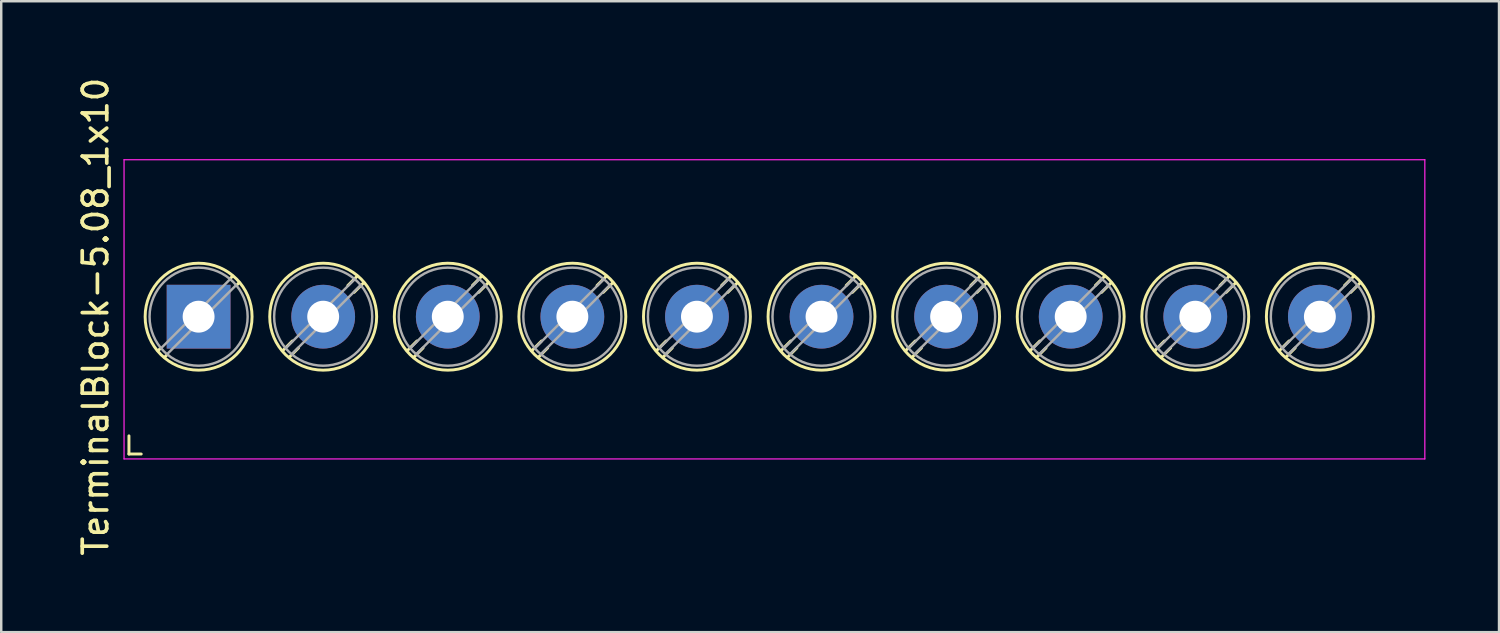
<source format=kicad_pcb>
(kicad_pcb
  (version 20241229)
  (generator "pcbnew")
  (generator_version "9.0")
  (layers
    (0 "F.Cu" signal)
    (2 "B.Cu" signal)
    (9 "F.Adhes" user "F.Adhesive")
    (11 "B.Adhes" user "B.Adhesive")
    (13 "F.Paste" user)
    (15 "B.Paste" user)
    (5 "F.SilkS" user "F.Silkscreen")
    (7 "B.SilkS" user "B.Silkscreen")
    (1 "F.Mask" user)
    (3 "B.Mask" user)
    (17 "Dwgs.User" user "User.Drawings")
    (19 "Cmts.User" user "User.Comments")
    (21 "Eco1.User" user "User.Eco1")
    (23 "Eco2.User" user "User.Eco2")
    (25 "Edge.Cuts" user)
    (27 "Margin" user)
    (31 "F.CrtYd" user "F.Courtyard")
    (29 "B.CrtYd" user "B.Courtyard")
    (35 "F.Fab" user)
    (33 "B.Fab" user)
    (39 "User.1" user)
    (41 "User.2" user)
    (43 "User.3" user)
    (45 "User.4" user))
  (footprint "TerminalBlock-5.08_1x10"
    (layer "F.Cu")
    (at 5.048 9.863)
    (property "Reference" "TerminalBlock-5.08_1x10" (at -4.2 0 90) (layer "F.SilkS") (effects (font (size 1 1) (thickness 0.15))))
    (attr through_hole)
    (fp_line (start -2.84 4.86) (end -2.84 5.6) (stroke (width 0.12) (type solid)) (layer "F.SilkS"))
    (fp_line (start -2.84 5.6) (end -2.34 5.6) (stroke (width 0.12) (type solid)) (layer "F.SilkS"))
    (fp_line (start -1.548 1.281) (end -1.654 1.388) (stroke (width 0.12) (type solid)) (layer "F.SilkS"))
    (fp_line (start -1.282 1.547) (end -1.388 1.654) (stroke (width 0.12) (type solid)) (layer "F.SilkS"))
    (fp_line (start 1.388 -1.654) (end 1.281 -1.547) (stroke (width 0.12) (type solid)) (layer "F.SilkS"))
    (fp_line (start 1.654 -1.388) (end 1.547 -1.281) (stroke (width 0.12) (type solid)) (layer "F.SilkS"))
    (fp_line (start 3.822 0.992) (end 3.427 1.388) (stroke (width 0.12) (type solid)) (layer "F.SilkS"))
    (fp_line (start 4.073 1.274) (end 3.693 1.654) (stroke (width 0.12) (type solid)) (layer "F.SilkS"))
    (fp_line (start 6.468 -1.654) (end 6.088 -1.274) (stroke (width 0.12) (type solid)) (layer "F.SilkS"))
    (fp_line (start 6.734 -1.388) (end 6.339 -0.992) (stroke (width 0.12) (type solid)) (layer "F.SilkS"))
    (fp_line (start 8.902 0.992) (end 8.507 1.388) (stroke (width 0.12) (type solid)) (layer "F.SilkS"))
    (fp_line (start 9.153 1.274) (end 8.773 1.654) (stroke (width 0.12) (type solid)) (layer "F.SilkS"))
    (fp_line (start 11.548 -1.654) (end 11.168 -1.274) (stroke (width 0.12) (type solid)) (layer "F.SilkS"))
    (fp_line (start 11.814 -1.388) (end 11.419 -0.992) (stroke (width 0.12) (type solid)) (layer "F.SilkS"))
    (fp_line (start 13.982 0.992) (end 13.587 1.388) (stroke (width 0.12) (type solid)) (layer "F.SilkS"))
    (fp_line (start 14.233 1.274) (end 13.853 1.654) (stroke (width 0.12) (type solid)) (layer "F.SilkS"))
    (fp_line (start 16.628 -1.654) (end 16.248 -1.274) (stroke (width 0.12) (type solid)) (layer "F.SilkS"))
    (fp_line (start 16.894 -1.388) (end 16.499 -0.992) (stroke (width 0.12) (type solid)) (layer "F.SilkS"))
    (fp_line (start 19.062 0.992) (end 18.667 1.388) (stroke (width 0.12) (type solid)) (layer "F.SilkS"))
    (fp_line (start 19.313 1.274) (end 18.933 1.654) (stroke (width 0.12) (type solid)) (layer "F.SilkS"))
    (fp_line (start 21.708 -1.654) (end 21.328 -1.274) (stroke (width 0.12) (type solid)) (layer "F.SilkS"))
    (fp_line (start 21.974 -1.388) (end 21.579 -0.992) (stroke (width 0.12) (type solid)) (layer "F.SilkS"))
    (fp_line (start 24.142 0.992) (end 23.747 1.388) (stroke (width 0.12) (type solid)) (layer "F.SilkS"))
    (fp_line (start 24.393 1.274) (end 24.013 1.654) (stroke (width 0.12) (type solid)) (layer "F.SilkS"))
    (fp_line (start 26.788 -1.654) (end 26.408 -1.274) (stroke (width 0.12) (type solid)) (layer "F.SilkS"))
    (fp_line (start 27.054 -1.388) (end 26.659 -0.992) (stroke (width 0.12) (type solid)) (layer "F.SilkS"))
    (fp_line (start 29.222 0.992) (end 28.827 1.388) (stroke (width 0.12) (type solid)) (layer "F.SilkS"))
    (fp_line (start 29.473 1.274) (end 29.093 1.654) (stroke (width 0.12) (type solid)) (layer "F.SilkS"))
    (fp_line (start 31.868 -1.654) (end 31.488 -1.274) (stroke (width 0.12) (type solid)) (layer "F.SilkS"))
    (fp_line (start 32.134 -1.388) (end 31.739 -0.992) (stroke (width 0.12) (type solid)) (layer "F.SilkS"))
    (fp_line (start 34.302 0.992) (end 33.907 1.388) (stroke (width 0.12) (type solid)) (layer "F.SilkS"))
    (fp_line (start 34.553 1.274) (end 34.173 1.654) (stroke (width 0.12) (type solid)) (layer "F.SilkS"))
    (fp_line (start 36.948 -1.654) (end 36.568 -1.274) (stroke (width 0.12) (type solid)) (layer "F.SilkS"))
    (fp_line (start 37.214 -1.388) (end 36.819 -0.992) (stroke (width 0.12) (type solid)) (layer "F.SilkS"))
    (fp_line (start 39.382 0.992) (end 38.987 1.388) (stroke (width 0.12) (type solid)) (layer "F.SilkS"))
    (fp_line (start 39.633 1.274) (end 39.253 1.654) (stroke (width 0.12) (type solid)) (layer "F.SilkS"))
    (fp_line (start 42.028 -1.654) (end 41.648 -1.274) (stroke (width 0.12) (type solid)) (layer "F.SilkS"))
    (fp_line (start 42.294 -1.388) (end 41.899 -0.992) (stroke (width 0.12) (type solid)) (layer "F.SilkS"))
    (fp_line (start 44.462 0.992) (end 44.067 1.388) (stroke (width 0.12) (type solid)) (layer "F.SilkS"))
    (fp_line (start 44.713 1.274) (end 44.333 1.654) (stroke (width 0.12) (type solid)) (layer "F.SilkS"))
    (fp_line (start 47.108 -1.654) (end 46.728 -1.274) (stroke (width 0.12) (type solid)) (layer "F.SilkS"))
    (fp_line (start 47.374 -1.388) (end 46.979 -0.992) (stroke (width 0.12) (type solid)) (layer "F.SilkS"))
    (fp_circle (center 0 0) (end 2.18 0) (stroke (width 0.12) (type solid)) (fill no) (layer "F.SilkS"))
    (fp_circle (center 5.08 0) (end 7.26 0) (stroke (width 0.12) (type solid)) (fill no) (layer "F.SilkS"))
    (fp_circle (center 10.16 0) (end 12.34 0) (stroke (width 0.12) (type solid)) (fill no) (layer "F.SilkS"))
    (fp_circle (center 15.24 0) (end 17.42 0) (stroke (width 0.12) (type solid)) (fill no) (layer "F.SilkS"))
    (fp_circle (center 20.32 0) (end 22.5 0) (stroke (width 0.12) (type solid)) (fill no) (layer "F.SilkS"))
    (fp_circle (center 25.4 0) (end 27.58 0) (stroke (width 0.12) (type solid)) (fill no) (layer "F.SilkS"))
    (fp_circle (center 30.48 0) (end 32.66 0) (stroke (width 0.12) (type solid)) (fill no) (layer "F.SilkS"))
    (fp_circle (center 35.56 0) (end 37.74 0) (stroke (width 0.12) (type solid)) (fill no) (layer "F.SilkS"))
    (fp_circle (center 40.64 0) (end 42.82 0) (stroke (width 0.12) (type solid)) (fill no) (layer "F.SilkS"))
    (fp_circle (center 45.72 0) (end 47.9 0) (stroke (width 0.12) (type solid)) (fill no) (layer "F.SilkS"))
    (fp_line (start -3.04 -6.4) (end -3.04 5.8) (stroke (width 0.05) (type solid)) (layer "F.CrtYd"))
    (fp_line (start -3.04 5.8) (end 50 5.8) (stroke (width 0.05) (type solid)) (layer "F.CrtYd"))
    (fp_line (start 50 -6.4) (end -3.04 -6.4) (stroke (width 0.05) (type solid)) (layer "F.CrtYd"))
    (fp_line (start 50 5.8) (end 50 -6.4) (stroke (width 0.05) (type solid)) (layer "F.CrtYd"))
    (fp_line (start 1.273 -1.517) (end -1.517 1.273) (stroke (width 0.1) (type solid)) (layer "F.Fab"))
    (fp_line (start 1.517 -1.273) (end -1.273 1.517) (stroke (width 0.1) (type solid)) (layer "F.Fab"))
    (fp_line (start 6.353 -1.517) (end 3.564 1.273) (stroke (width 0.1) (type solid)) (layer "F.Fab"))
    (fp_line (start 6.597 -1.273) (end 3.808 1.517) (stroke (width 0.1) (type solid)) (layer "F.Fab"))
    (fp_line (start 11.433 -1.517) (end 8.644 1.273) (stroke (width 0.1) (type solid)) (layer "F.Fab"))
    (fp_line (start 11.677 -1.273) (end 8.888 1.517) (stroke (width 0.1) (type solid)) (layer "F.Fab"))
    (fp_line (start 16.513 -1.517) (end 13.724 1.273) (stroke (width 0.1) (type solid)) (layer "F.Fab"))
    (fp_line (start 16.757 -1.273) (end 13.968 1.517) (stroke (width 0.1) (type solid)) (layer "F.Fab"))
    (fp_line (start 21.593 -1.517) (end 18.804 1.273) (stroke (width 0.1) (type solid)) (layer "F.Fab"))
    (fp_line (start 21.837 -1.273) (end 19.048 1.517) (stroke (width 0.1) (type solid)) (layer "F.Fab"))
    (fp_line (start 26.673 -1.517) (end 23.884 1.273) (stroke (width 0.1) (type solid)) (layer "F.Fab"))
    (fp_line (start 26.917 -1.273) (end 24.128 1.517) (stroke (width 0.1) (type solid)) (layer "F.Fab"))
    (fp_line (start 31.753 -1.517) (end 28.964 1.273) (stroke (width 0.1) (type solid)) (layer "F.Fab"))
    (fp_line (start 31.997 -1.273) (end 29.208 1.517) (stroke (width 0.1) (type solid)) (layer "F.Fab"))
    (fp_line (start 36.833 -1.517) (end 34.044 1.273) (stroke (width 0.1) (type solid)) (layer "F.Fab"))
    (fp_line (start 37.077 -1.273) (end 34.288 1.517) (stroke (width 0.1) (type solid)) (layer "F.Fab"))
    (fp_line (start 41.913 -1.517) (end 39.124 1.273) (stroke (width 0.1) (type solid)) (layer "F.Fab"))
    (fp_line (start 42.157 -1.273) (end 39.368 1.517) (stroke (width 0.1) (type solid)) (layer "F.Fab"))
    (fp_line (start 46.993 -1.517) (end 44.204 1.273) (stroke (width 0.1) (type solid)) (layer "F.Fab"))
    (fp_line (start 47.237 -1.273) (end 44.448 1.517) (stroke (width 0.1) (type solid)) (layer "F.Fab"))
    (fp_circle (center 0 0) (end 2 0) (stroke (width 0.1) (type solid)) (fill no) (layer "F.Fab"))
    (fp_circle (center 5.08 0) (end 7.08 0) (stroke (width 0.1) (type solid)) (fill no) (layer "F.Fab"))
    (fp_circle (center 10.16 0) (end 12.16 0) (stroke (width 0.1) (type solid)) (fill no) (layer "F.Fab"))
    (fp_circle (center 15.24 0) (end 17.24 0) (stroke (width 0.1) (type solid)) (fill no) (layer "F.Fab"))
    (fp_circle (center 20.32 0) (end 22.32 0) (stroke (width 0.1) (type solid)) (fill no) (layer "F.Fab"))
    (fp_circle (center 25.4 0) (end 27.4 0) (stroke (width 0.1) (type solid)) (fill no) (layer "F.Fab"))
    (fp_circle (center 30.48 0) (end 32.48 0) (stroke (width 0.1) (type solid)) (fill no) (layer "F.Fab"))
    (fp_circle (center 35.56 0) (end 37.56 0) (stroke (width 0.1) (type solid)) (fill no) (layer "F.Fab"))
    (fp_circle (center 40.64 0) (end 42.64 0) (stroke (width 0.1) (type solid)) (fill no) (layer "F.Fab"))
    (fp_circle (center 45.72 0) (end 47.72 0) (stroke (width 0.1) (type solid)) (fill no) (layer "F.Fab"))
    (pad "1" thru_hole rect (at 0 0) (size 2.6 2.6) (drill 1.3) (layers "*.Cu" "*.Mask"))
    (pad "2" thru_hole circle (at 5.08 0) (size 2.6 2.6) (drill 1.3) (layers "*.Cu" "*.Mask"))
    (pad "3" thru_hole circle (at 10.16 0) (size 2.6 2.6) (drill 1.3) (layers "*.Cu" "*.Mask"))
    (pad "4" thru_hole circle (at 15.24 0) (size 2.6 2.6) (drill 1.3) (layers "*.Cu" "*.Mask"))
    (pad "5" thru_hole circle (at 20.32 0) (size 2.6 2.6) (drill 1.3) (layers "*.Cu" "*.Mask"))
    (pad "6" thru_hole circle (at 25.4 0) (size 2.6 2.6) (drill 1.3) (layers "*.Cu" "*.Mask"))
    (pad "7" thru_hole circle (at 30.48 0) (size 2.6 2.6) (drill 1.3) (layers "*.Cu" "*.Mask"))
    (pad "8" thru_hole circle (at 35.56 0) (size 2.6 2.6) (drill 1.3) (layers "*.Cu" "*.Mask"))
    (pad "9" thru_hole circle (at 40.64 0) (size 2.6 2.6) (drill 1.3) (layers "*.Cu" "*.Mask"))
    (pad "10" thru_hole circle (at 45.72 0) (size 2.6 2.6) (drill 1.3) (layers "*.Cu" "*.Mask")))
  (gr_rect
    (start -3 -3)
    (end 58.073 22.726)
    (stroke (width 0.1) (type default))
    (fill no)
    (layer "Edge.Cuts")))
</source>
